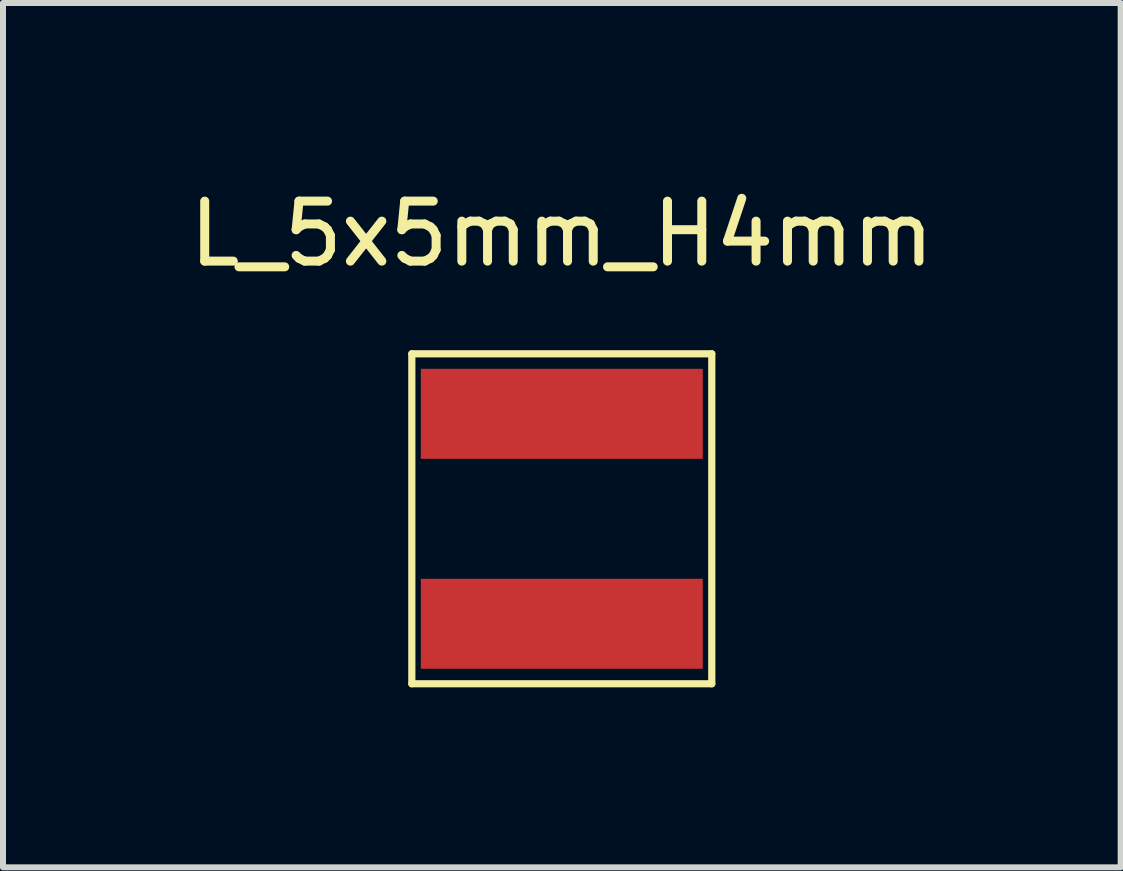
<source format=kicad_pcb>
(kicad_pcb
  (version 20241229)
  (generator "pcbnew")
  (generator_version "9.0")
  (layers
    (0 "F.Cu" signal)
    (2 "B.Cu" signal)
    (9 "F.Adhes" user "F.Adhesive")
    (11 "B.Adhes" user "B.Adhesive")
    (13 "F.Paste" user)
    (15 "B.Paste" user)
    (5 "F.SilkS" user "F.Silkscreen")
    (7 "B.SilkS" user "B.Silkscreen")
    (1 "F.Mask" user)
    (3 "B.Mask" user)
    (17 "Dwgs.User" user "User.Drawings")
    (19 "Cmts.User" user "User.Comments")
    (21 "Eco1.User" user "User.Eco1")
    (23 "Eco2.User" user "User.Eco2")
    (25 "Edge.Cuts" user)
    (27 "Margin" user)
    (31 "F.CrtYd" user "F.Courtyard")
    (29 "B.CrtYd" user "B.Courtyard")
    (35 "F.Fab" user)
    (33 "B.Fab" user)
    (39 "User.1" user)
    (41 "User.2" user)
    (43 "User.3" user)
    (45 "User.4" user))
  (footprint "L_5x5mm_H4mm"
    (layer "F.Cu")
    (at 6.315 5.598)
    (property "Reference" "L_5x5mm_H4mm" (at 0 -4.75 0) (layer "F.SilkS") (effects (font (size 1 1) (thickness 0.15))))
    (attr through_hole)
    (fp_line (start -2.5 2.75) (end -2.5 -2.75) (stroke (width 0.12) (type solid)) (layer "F.SilkS"))
    (fp_line (start 2.5 -2.75) (end -2.5 -2.75) (stroke (width 0.12) (type solid)) (layer "F.SilkS"))
    (fp_line (start 2.5 2.75) (end -2.5 2.75) (stroke (width 0.12) (type solid)) (layer "F.SilkS"))
    (fp_line (start 2.5 2.75) (end 2.5 -2.75) (stroke (width 0.12) (type solid)) (layer "F.SilkS"))
    (pad "1" smd rect (at 0 -1.75 90) (size 1.5 4.7) (layers "F.Cu" "F.Mask" "F.Paste"))
    (pad "2" smd rect (at 0 1.75 90) (size 1.5 4.7) (layers "F.Cu" "F.Mask" "F.Paste")))
  (gr_rect
    (start -3 -3)
    (end 15.631 11.408)
    (stroke (width 0.1) (type default))
    (fill no)
    (layer "Edge.Cuts")))
</source>
